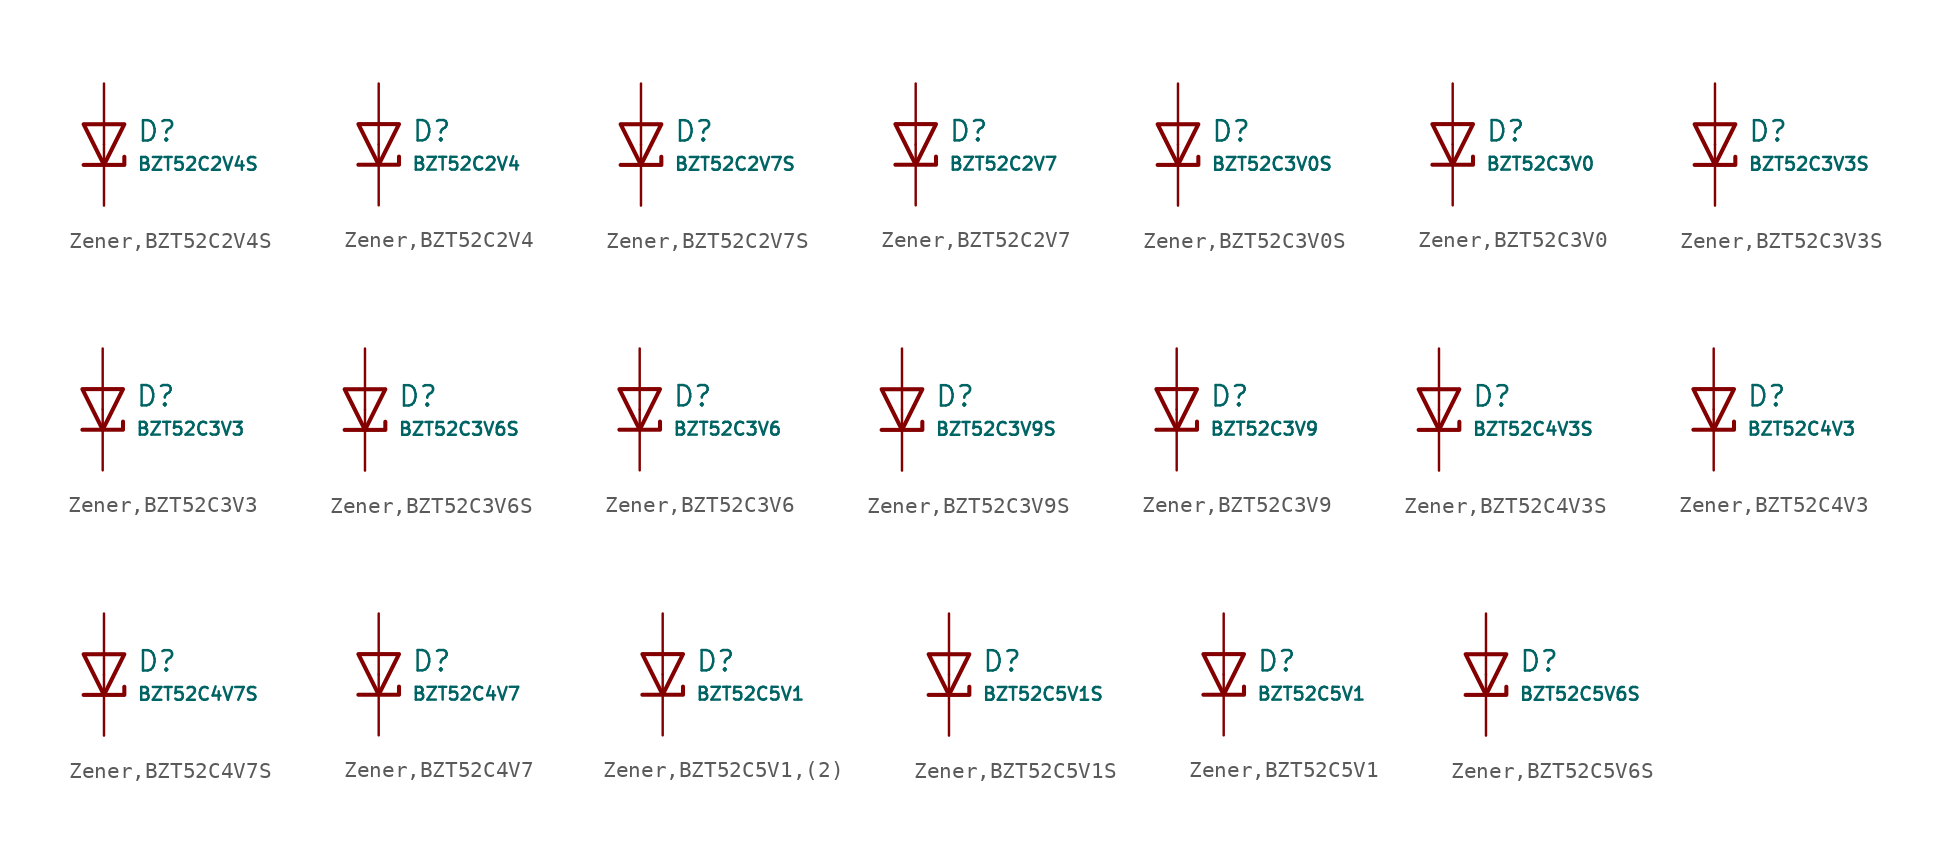
<source format=kicad_sym>
(kicad_symbol_lib
  (version 20231120)
  (generator "CDFER")
  (generator_version "8.0")
  (symbol "Zener,BZT52C2V4S"
    (pin_numbers hide)
    (pin_names
      (offset 0))
    (property "Reference" "D"
      (at 2.032 0.834 0)
      (effects (font (size 1.27 1.27)) (justify left)))
    (property "Value" "BZT52C2V4S"
      (at 2.032 -1.212 0)
      (effects (font (size 0.8 0.8)) (justify left)))
    (symbol "Zener,BZT52C2V4S_0_1"
      (polyline (pts (xy -1.27 1.27) (xy 0.00 -1.27) (xy 1.27 1.27) (xy -1.27 1.27)) (stroke (width 0.254) (type default)) (fill (type none))))
    (symbol "Zener,BZT52C2V4S_0_1"
      (polyline (pts (xy -1.27 -1.27) (xy 1.27 -1.27) (xy 1.27 -0.762)) (stroke (width 0.254) (type default)) (fill (type none))))
    (symbol "Zener,BZT52C2V4S_1_1"
      (pin passive line (at 0 3.81 270) (length 3.81) (name "~" (effects (font (size 1.27 1.27)))) (number "2" (effects (font (size 1.27 1.27)))))
      (pin passive line (at 0 -3.81 90) (length 3.81) (name "~" (effects (font (size 1.27 1.27)))) (number "1" (effects (font (size 1.27 1.27)))))))
  (symbol "Zener,BZT52C2V4"
    (pin_numbers hide)
    (pin_names
      (offset 0))
    (property "Reference" "D"
      (at 2.032 0.834 0)
      (effects (font (size 1.27 1.27)) (justify left)))
    (property "Value" "BZT52C2V4"
      (at 2.032 -1.212 0)
      (effects (font (size 0.8 0.8)) (justify left)))
    (symbol "Zener,BZT52C2V4_0_1"
      (polyline (pts (xy -1.27 1.27) (xy 0.00 -1.27) (xy 1.27 1.27) (xy -1.27 1.27)) (stroke (width 0.254) (type default)) (fill (type none))))
    (symbol "Zener,BZT52C2V4_0_1"
      (polyline (pts (xy -1.27 -1.27) (xy 1.27 -1.27) (xy 1.27 -0.762)) (stroke (width 0.254) (type default)) (fill (type none))))
    (symbol "Zener,BZT52C2V4_1_1"
      (pin passive line (at 0 3.81 270) (length 3.81) (name "~" (effects (font (size 1.27 1.27)))) (number "2" (effects (font (size 1.27 1.27)))))
      (pin passive line (at 0 -3.81 90) (length 3.81) (name "~" (effects (font (size 1.27 1.27)))) (number "1" (effects (font (size 1.27 1.27)))))))
  (symbol "Zener,BZT52C2V7S"
    (pin_numbers hide)
    (pin_names
      (offset 0))
    (property "Reference" "D"
      (at 2.032 0.834 0)
      (effects (font (size 1.27 1.27)) (justify left)))
    (property "Value" "BZT52C2V7S"
      (at 2.032 -1.212 0)
      (effects (font (size 0.8 0.8)) (justify left)))
    (symbol "Zener,BZT52C2V7S_0_1"
      (polyline (pts (xy -1.27 1.27) (xy 0.00 -1.27) (xy 1.27 1.27) (xy -1.27 1.27)) (stroke (width 0.254) (type default)) (fill (type none))))
    (symbol "Zener,BZT52C2V7S_0_1"
      (polyline (pts (xy -1.27 -1.27) (xy 1.27 -1.27) (xy 1.27 -0.762)) (stroke (width 0.254) (type default)) (fill (type none))))
    (symbol "Zener,BZT52C2V7S_1_1"
      (pin passive line (at 0 3.81 270) (length 3.81) (name "~" (effects (font (size 1.27 1.27)))) (number "2" (effects (font (size 1.27 1.27)))))
      (pin passive line (at 0 -3.81 90) (length 3.81) (name "~" (effects (font (size 1.27 1.27)))) (number "1" (effects (font (size 1.27 1.27)))))))
  (symbol "Zener,BZT52C2V7"
    (pin_numbers hide)
    (pin_names
      (offset 0))
    (property "Reference" "D"
      (at 2.032 0.834 0)
      (effects (font (size 1.27 1.27)) (justify left)))
    (property "Value" "BZT52C2V7"
      (at 2.032 -1.212 0)
      (effects (font (size 0.8 0.8)) (justify left)))
    (symbol "Zener,BZT52C2V7_0_1"
      (polyline (pts (xy -1.27 1.27) (xy 0.00 -1.27) (xy 1.27 1.27) (xy -1.27 1.27)) (stroke (width 0.254) (type default)) (fill (type none))))
    (symbol "Zener,BZT52C2V7_0_1"
      (polyline (pts (xy -1.27 -1.27) (xy 1.27 -1.27) (xy 1.27 -0.762)) (stroke (width 0.254) (type default)) (fill (type none))))
    (symbol "Zener,BZT52C2V7_1_1"
      (pin passive line (at 0 3.81 270) (length 3.81) (name "~" (effects (font (size 1.27 1.27)))) (number "2" (effects (font (size 1.27 1.27)))))
      (pin passive line (at 0 -3.81 90) (length 3.81) (name "~" (effects (font (size 1.27 1.27)))) (number "1" (effects (font (size 1.27 1.27)))))))
  (symbol "Zener,BZT52C3V0S"
    (pin_numbers hide)
    (pin_names
      (offset 0))
    (property "Reference" "D"
      (at 2.032 0.834 0)
      (effects (font (size 1.27 1.27)) (justify left)))
    (property "Value" "BZT52C3V0S"
      (at 2.032 -1.212 0)
      (effects (font (size 0.8 0.8)) (justify left)))
    (symbol "Zener,BZT52C3V0S_0_1"
      (polyline (pts (xy -1.27 1.27) (xy 0.00 -1.27) (xy 1.27 1.27) (xy -1.27 1.27)) (stroke (width 0.254) (type default)) (fill (type none))))
    (symbol "Zener,BZT52C3V0S_0_1"
      (polyline (pts (xy -1.27 -1.27) (xy 1.27 -1.27) (xy 1.27 -0.762)) (stroke (width 0.254) (type default)) (fill (type none))))
    (symbol "Zener,BZT52C3V0S_1_1"
      (pin passive line (at 0 3.81 270) (length 3.81) (name "~" (effects (font (size 1.27 1.27)))) (number "2" (effects (font (size 1.27 1.27)))))
      (pin passive line (at 0 -3.81 90) (length 3.81) (name "~" (effects (font (size 1.27 1.27)))) (number "1" (effects (font (size 1.27 1.27)))))))
  (symbol "Zener,BZT52C3V0"
    (pin_numbers hide)
    (pin_names
      (offset 0))
    (property "Reference" "D"
      (at 2.032 0.834 0)
      (effects (font (size 1.27 1.27)) (justify left)))
    (property "Value" "BZT52C3V0"
      (at 2.032 -1.212 0)
      (effects (font (size 0.8 0.8)) (justify left)))
    (symbol "Zener,BZT52C3V0_0_1"
      (polyline (pts (xy -1.27 1.27) (xy 0.00 -1.27) (xy 1.27 1.27) (xy -1.27 1.27)) (stroke (width 0.254) (type default)) (fill (type none))))
    (symbol "Zener,BZT52C3V0_0_1"
      (polyline (pts (xy -1.27 -1.27) (xy 1.27 -1.27) (xy 1.27 -0.762)) (stroke (width 0.254) (type default)) (fill (type none))))
    (symbol "Zener,BZT52C3V0_1_1"
      (pin passive line (at 0 3.81 270) (length 3.81) (name "~" (effects (font (size 1.27 1.27)))) (number "2" (effects (font (size 1.27 1.27)))))
      (pin passive line (at 0 -3.81 90) (length 3.81) (name "~" (effects (font (size 1.27 1.27)))) (number "1" (effects (font (size 1.27 1.27)))))))
  (symbol "Zener,BZT52C3V3S"
    (pin_numbers hide)
    (pin_names
      (offset 0))
    (property "Reference" "D"
      (at 2.032 0.834 0)
      (effects (font (size 1.27 1.27)) (justify left)))
    (property "Value" "BZT52C3V3S"
      (at 2.032 -1.212 0)
      (effects (font (size 0.8 0.8)) (justify left)))
    (symbol "Zener,BZT52C3V3S_0_1"
      (polyline (pts (xy -1.27 1.27) (xy 0.00 -1.27) (xy 1.27 1.27) (xy -1.27 1.27)) (stroke (width 0.254) (type default)) (fill (type none))))
    (symbol "Zener,BZT52C3V3S_0_1"
      (polyline (pts (xy -1.27 -1.27) (xy 1.27 -1.27) (xy 1.27 -0.762)) (stroke (width 0.254) (type default)) (fill (type none))))
    (symbol "Zener,BZT52C3V3S_1_1"
      (pin passive line (at 0 3.81 270) (length 3.81) (name "~" (effects (font (size 1.27 1.27)))) (number "2" (effects (font (size 1.27 1.27)))))
      (pin passive line (at 0 -3.81 90) (length 3.81) (name "~" (effects (font (size 1.27 1.27)))) (number "1" (effects (font (size 1.27 1.27)))))))
  (symbol "Zener,BZT52C3V3"
    (pin_numbers hide)
    (pin_names
      (offset 0))
    (property "Reference" "D"
      (at 2.032 0.834 0)
      (effects (font (size 1.27 1.27)) (justify left)))
    (property "Value" "BZT52C3V3"
      (at 2.032 -1.212 0)
      (effects (font (size 0.8 0.8)) (justify left)))
    (symbol "Zener,BZT52C3V3_0_1"
      (polyline (pts (xy -1.27 1.27) (xy 0.00 -1.27) (xy 1.27 1.27) (xy -1.27 1.27)) (stroke (width 0.254) (type default)) (fill (type none))))
    (symbol "Zener,BZT52C3V3_0_1"
      (polyline (pts (xy -1.27 -1.27) (xy 1.27 -1.27) (xy 1.27 -0.762)) (stroke (width 0.254) (type default)) (fill (type none))))
    (symbol "Zener,BZT52C3V3_1_1"
      (pin passive line (at 0 3.81 270) (length 3.81) (name "~" (effects (font (size 1.27 1.27)))) (number "2" (effects (font (size 1.27 1.27)))))
      (pin passive line (at 0 -3.81 90) (length 3.81) (name "~" (effects (font (size 1.27 1.27)))) (number "1" (effects (font (size 1.27 1.27)))))))
  (symbol "Zener,BZT52C3V6S"
    (pin_numbers hide)
    (pin_names
      (offset 0))
    (property "Reference" "D"
      (at 2.032 0.834 0)
      (effects (font (size 1.27 1.27)) (justify left)))
    (property "Value" "BZT52C3V6S"
      (at 2.032 -1.212 0)
      (effects (font (size 0.8 0.8)) (justify left)))
    (symbol "Zener,BZT52C3V6S_0_1"
      (polyline (pts (xy -1.27 1.27) (xy 0.00 -1.27) (xy 1.27 1.27) (xy -1.27 1.27)) (stroke (width 0.254) (type default)) (fill (type none))))
    (symbol "Zener,BZT52C3V6S_0_1"
      (polyline (pts (xy -1.27 -1.27) (xy 1.27 -1.27) (xy 1.27 -0.762)) (stroke (width 0.254) (type default)) (fill (type none))))
    (symbol "Zener,BZT52C3V6S_1_1"
      (pin passive line (at 0 3.81 270) (length 3.81) (name "~" (effects (font (size 1.27 1.27)))) (number "2" (effects (font (size 1.27 1.27)))))
      (pin passive line (at 0 -3.81 90) (length 3.81) (name "~" (effects (font (size 1.27 1.27)))) (number "1" (effects (font (size 1.27 1.27)))))))
  (symbol "Zener,BZT52C3V6"
    (pin_numbers hide)
    (pin_names
      (offset 0))
    (property "Reference" "D"
      (at 2.032 0.834 0)
      (effects (font (size 1.27 1.27)) (justify left)))
    (property "Value" "BZT52C3V6"
      (at 2.032 -1.212 0)
      (effects (font (size 0.8 0.8)) (justify left)))
    (symbol "Zener,BZT52C3V6_0_1"
      (polyline (pts (xy -1.27 1.27) (xy 0.00 -1.27) (xy 1.27 1.27) (xy -1.27 1.27)) (stroke (width 0.254) (type default)) (fill (type none))))
    (symbol "Zener,BZT52C3V6_0_1"
      (polyline (pts (xy -1.27 -1.27) (xy 1.27 -1.27) (xy 1.27 -0.762)) (stroke (width 0.254) (type default)) (fill (type none))))
    (symbol "Zener,BZT52C3V6_1_1"
      (pin passive line (at 0 3.81 270) (length 3.81) (name "~" (effects (font (size 1.27 1.27)))) (number "2" (effects (font (size 1.27 1.27)))))
      (pin passive line (at 0 -3.81 90) (length 3.81) (name "~" (effects (font (size 1.27 1.27)))) (number "1" (effects (font (size 1.27 1.27)))))))
  (symbol "Zener,BZT52C3V9S"
    (pin_numbers hide)
    (pin_names
      (offset 0))
    (property "Reference" "D"
      (at 2.032 0.834 0)
      (effects (font (size 1.27 1.27)) (justify left)))
    (property "Value" "BZT52C3V9S"
      (at 2.032 -1.212 0)
      (effects (font (size 0.8 0.8)) (justify left)))
    (symbol "Zener,BZT52C3V9S_0_1"
      (polyline (pts (xy -1.27 1.27) (xy 0.00 -1.27) (xy 1.27 1.27) (xy -1.27 1.27)) (stroke (width 0.254) (type default)) (fill (type none))))
    (symbol "Zener,BZT52C3V9S_0_1"
      (polyline (pts (xy -1.27 -1.27) (xy 1.27 -1.27) (xy 1.27 -0.762)) (stroke (width 0.254) (type default)) (fill (type none))))
    (symbol "Zener,BZT52C3V9S_1_1"
      (pin passive line (at 0 3.81 270) (length 3.81) (name "~" (effects (font (size 1.27 1.27)))) (number "2" (effects (font (size 1.27 1.27)))))
      (pin passive line (at 0 -3.81 90) (length 3.81) (name "~" (effects (font (size 1.27 1.27)))) (number "1" (effects (font (size 1.27 1.27)))))))
  (symbol "Zener,BZT52C3V9"
    (pin_numbers hide)
    (pin_names
      (offset 0))
    (property "Reference" "D"
      (at 2.032 0.834 0)
      (effects (font (size 1.27 1.27)) (justify left)))
    (property "Value" "BZT52C3V9"
      (at 2.032 -1.212 0)
      (effects (font (size 0.8 0.8)) (justify left)))
    (symbol "Zener,BZT52C3V9_0_1"
      (polyline (pts (xy -1.27 1.27) (xy 0.00 -1.27) (xy 1.27 1.27) (xy -1.27 1.27)) (stroke (width 0.254) (type default)) (fill (type none))))
    (symbol "Zener,BZT52C3V9_0_1"
      (polyline (pts (xy -1.27 -1.27) (xy 1.27 -1.27) (xy 1.27 -0.762)) (stroke (width 0.254) (type default)) (fill (type none))))
    (symbol "Zener,BZT52C3V9_1_1"
      (pin passive line (at 0 3.81 270) (length 3.81) (name "~" (effects (font (size 1.27 1.27)))) (number "2" (effects (font (size 1.27 1.27)))))
      (pin passive line (at 0 -3.81 90) (length 3.81) (name "~" (effects (font (size 1.27 1.27)))) (number "1" (effects (font (size 1.27 1.27)))))))
  (symbol "Zener,BZT52C4V3S"
    (pin_numbers hide)
    (pin_names
      (offset 0))
    (property "Reference" "D"
      (at 2.032 0.834 0)
      (effects (font (size 1.27 1.27)) (justify left)))
    (property "Value" "BZT52C4V3S"
      (at 2.032 -1.212 0)
      (effects (font (size 0.8 0.8)) (justify left)))
    (symbol "Zener,BZT52C4V3S_0_1"
      (polyline (pts (xy -1.27 1.27) (xy 0.00 -1.27) (xy 1.27 1.27) (xy -1.27 1.27)) (stroke (width 0.254) (type default)) (fill (type none))))
    (symbol "Zener,BZT52C4V3S_0_1"
      (polyline (pts (xy -1.27 -1.27) (xy 1.27 -1.27) (xy 1.27 -0.762)) (stroke (width 0.254) (type default)) (fill (type none))))
    (symbol "Zener,BZT52C4V3S_1_1"
      (pin passive line (at 0 3.81 270) (length 3.81) (name "~" (effects (font (size 1.27 1.27)))) (number "2" (effects (font (size 1.27 1.27)))))
      (pin passive line (at 0 -3.81 90) (length 3.81) (name "~" (effects (font (size 1.27 1.27)))) (number "1" (effects (font (size 1.27 1.27)))))))
  (symbol "Zener,BZT52C4V3"
    (pin_numbers hide)
    (pin_names
      (offset 0))
    (property "Reference" "D"
      (at 2.032 0.834 0)
      (effects (font (size 1.27 1.27)) (justify left)))
    (property "Value" "BZT52C4V3"
      (at 2.032 -1.212 0)
      (effects (font (size 0.8 0.8)) (justify left)))
    (symbol "Zener,BZT52C4V3_0_1"
      (polyline (pts (xy -1.27 1.27) (xy 0.00 -1.27) (xy 1.27 1.27) (xy -1.27 1.27)) (stroke (width 0.254) (type default)) (fill (type none))))
    (symbol "Zener,BZT52C4V3_0_1"
      (polyline (pts (xy -1.27 -1.27) (xy 1.27 -1.27) (xy 1.27 -0.762)) (stroke (width 0.254) (type default)) (fill (type none))))
    (symbol "Zener,BZT52C4V3_1_1"
      (pin passive line (at 0 3.81 270) (length 3.81) (name "~" (effects (font (size 1.27 1.27)))) (number "2" (effects (font (size 1.27 1.27)))))
      (pin passive line (at 0 -3.81 90) (length 3.81) (name "~" (effects (font (size 1.27 1.27)))) (number "1" (effects (font (size 1.27 1.27)))))))
  (symbol "Zener,BZT52C4V7S"
    (pin_numbers hide)
    (pin_names
      (offset 0))
    (property "Reference" "D"
      (at 2.032 0.834 0)
      (effects (font (size 1.27 1.27)) (justify left)))
    (property "Value" "BZT52C4V7S"
      (at 2.032 -1.212 0)
      (effects (font (size 0.8 0.8)) (justify left)))
    (symbol "Zener,BZT52C4V7S_0_1"
      (polyline (pts (xy -1.27 1.27) (xy 0.00 -1.27) (xy 1.27 1.27) (xy -1.27 1.27)) (stroke (width 0.254) (type default)) (fill (type none))))
    (symbol "Zener,BZT52C4V7S_0_1"
      (polyline (pts (xy -1.27 -1.27) (xy 1.27 -1.27) (xy 1.27 -0.762)) (stroke (width 0.254) (type default)) (fill (type none))))
    (symbol "Zener,BZT52C4V7S_1_1"
      (pin passive line (at 0 3.81 270) (length 3.81) (name "~" (effects (font (size 1.27 1.27)))) (number "2" (effects (font (size 1.27 1.27)))))
      (pin passive line (at 0 -3.81 90) (length 3.81) (name "~" (effects (font (size 1.27 1.27)))) (number "1" (effects (font (size 1.27 1.27)))))))
  (symbol "Zener,BZT52C4V7"
    (pin_numbers hide)
    (pin_names
      (offset 0))
    (property "Reference" "D"
      (at 2.032 0.834 0)
      (effects (font (size 1.27 1.27)) (justify left)))
    (property "Value" "BZT52C4V7"
      (at 2.032 -1.212 0)
      (effects (font (size 0.8 0.8)) (justify left)))
    (symbol "Zener,BZT52C4V7_0_1"
      (polyline (pts (xy -1.27 1.27) (xy 0.00 -1.27) (xy 1.27 1.27) (xy -1.27 1.27)) (stroke (width 0.254) (type default)) (fill (type none))))
    (symbol "Zener,BZT52C4V7_0_1"
      (polyline (pts (xy -1.27 -1.27) (xy 1.27 -1.27) (xy 1.27 -0.762)) (stroke (width 0.254) (type default)) (fill (type none))))
    (symbol "Zener,BZT52C4V7_1_1"
      (pin passive line (at 0 3.81 270) (length 3.81) (name "~" (effects (font (size 1.27 1.27)))) (number "2" (effects (font (size 1.27 1.27)))))
      (pin passive line (at 0 -3.81 90) (length 3.81) (name "~" (effects (font (size 1.27 1.27)))) (number "1" (effects (font (size 1.27 1.27)))))))
  (symbol "Zener,BZT52C5V1,(2)"
    (pin_numbers hide)
    (pin_names
      (offset 0))
    (property "Reference" "D"
      (at 2.032 0.834 0)
      (effects (font (size 1.27 1.27)) (justify left)))
    (property "Value" "BZT52C5V1"
      (at 2.032 -1.212 0)
      (effects (font (size 0.8 0.8)) (justify left)))
    (symbol "Zener,BZT52C5V1,(2)_0_1"
      (polyline (pts (xy -1.27 1.27) (xy 0.00 -1.27) (xy 1.27 1.27) (xy -1.27 1.27)) (stroke (width 0.254) (type default)) (fill (type none))))
    (symbol "Zener,BZT52C5V1,(2)_0_1"
      (polyline (pts (xy -1.27 -1.27) (xy 1.27 -1.27) (xy 1.27 -0.762)) (stroke (width 0.254) (type default)) (fill (type none))))
    (symbol "Zener,BZT52C5V1,(2)_1_1"
      (pin passive line (at 0 3.81 270) (length 3.81) (name "~" (effects (font (size 1.27 1.27)))) (number "2" (effects (font (size 1.27 1.27)))))
      (pin passive line (at 0 -3.81 90) (length 3.81) (name "~" (effects (font (size 1.27 1.27)))) (number "1" (effects (font (size 1.27 1.27)))))))
  (symbol "Zener,BZT52C5V1S"
    (pin_numbers hide)
    (pin_names
      (offset 0))
    (property "Reference" "D"
      (at 2.032 0.834 0)
      (effects (font (size 1.27 1.27)) (justify left)))
    (property "Value" "BZT52C5V1S"
      (at 2.032 -1.212 0)
      (effects (font (size 0.8 0.8)) (justify left)))
    (symbol "Zener,BZT52C5V1S_0_1"
      (polyline (pts (xy -1.27 1.27) (xy 0.00 -1.27) (xy 1.27 1.27) (xy -1.27 1.27)) (stroke (width 0.254) (type default)) (fill (type none))))
    (symbol "Zener,BZT52C5V1S_0_1"
      (polyline (pts (xy -1.27 -1.27) (xy 1.27 -1.27) (xy 1.27 -0.762)) (stroke (width 0.254) (type default)) (fill (type none))))
    (symbol "Zener,BZT52C5V1S_1_1"
      (pin passive line (at 0 3.81 270) (length 3.81) (name "~" (effects (font (size 1.27 1.27)))) (number "2" (effects (font (size 1.27 1.27)))))
      (pin passive line (at 0 -3.81 90) (length 3.81) (name "~" (effects (font (size 1.27 1.27)))) (number "1" (effects (font (size 1.27 1.27)))))))
  (symbol "Zener,BZT52C5V1"
    (pin_numbers hide)
    (pin_names
      (offset 0))
    (property "Reference" "D"
      (at 2.032 0.834 0)
      (effects (font (size 1.27 1.27)) (justify left)))
    (property "Value" "BZT52C5V1"
      (at 2.032 -1.212 0)
      (effects (font (size 0.8 0.8)) (justify left)))
    (symbol "Zener,BZT52C5V1_0_1"
      (polyline (pts (xy -1.27 1.27) (xy 0.00 -1.27) (xy 1.27 1.27) (xy -1.27 1.27)) (stroke (width 0.254) (type default)) (fill (type none))))
    (symbol "Zener,BZT52C5V1_0_1"
      (polyline (pts (xy -1.27 -1.27) (xy 1.27 -1.27) (xy 1.27 -0.762)) (stroke (width 0.254) (type default)) (fill (type none))))
    (symbol "Zener,BZT52C5V1_1_1"
      (pin passive line (at 0 3.81 270) (length 3.81) (name "~" (effects (font (size 1.27 1.27)))) (number "2" (effects (font (size 1.27 1.27)))))
      (pin passive line (at 0 -3.81 90) (length 3.81) (name "~" (effects (font (size 1.27 1.27)))) (number "1" (effects (font (size 1.27 1.27)))))))
  (symbol "Zener,BZT52C5V6S"
    (pin_numbers hide)
    (pin_names
      (offset 0))
    (property "Reference" "D"
      (at 2.032 0.834 0)
      (effects (font (size 1.27 1.27)) (justify left)))
    (property "Value" "BZT52C5V6S"
      (at 2.032 -1.212 0)
      (effects (font (size 0.8 0.8)) (justify left)))
    (symbol "Zener,BZT52C5V6S_0_1"
      (polyline (pts (xy -1.27 1.27) (xy 0.00 -1.27) (xy 1.27 1.27) (xy -1.27 1.27)) (stroke (width 0.254) (type default)) (fill (type none))))
    (symbol "Zener,BZT52C5V6S_0_1"
      (polyline (pts (xy -1.27 -1.27) (xy 1.27 -1.27) (xy 1.27 -0.762)) (stroke (width 0.254) (type default)) (fill (type none))))
    (symbol "Zener,BZT52C5V6S_1_1"
      (pin passive line (at 0 3.81 270) (length 3.81) (name "~" (effects (font (size 1.27 1.27)))) (number "2" (effects (font (size 1.27 1.27)))))
      (pin passive line (at 0 -3.81 90) (length 3.81) (name "~" (effects (font (size 1.27 1.27)))) (number "1" (effects (font (size 1.27 1.27))))))))
</source>
